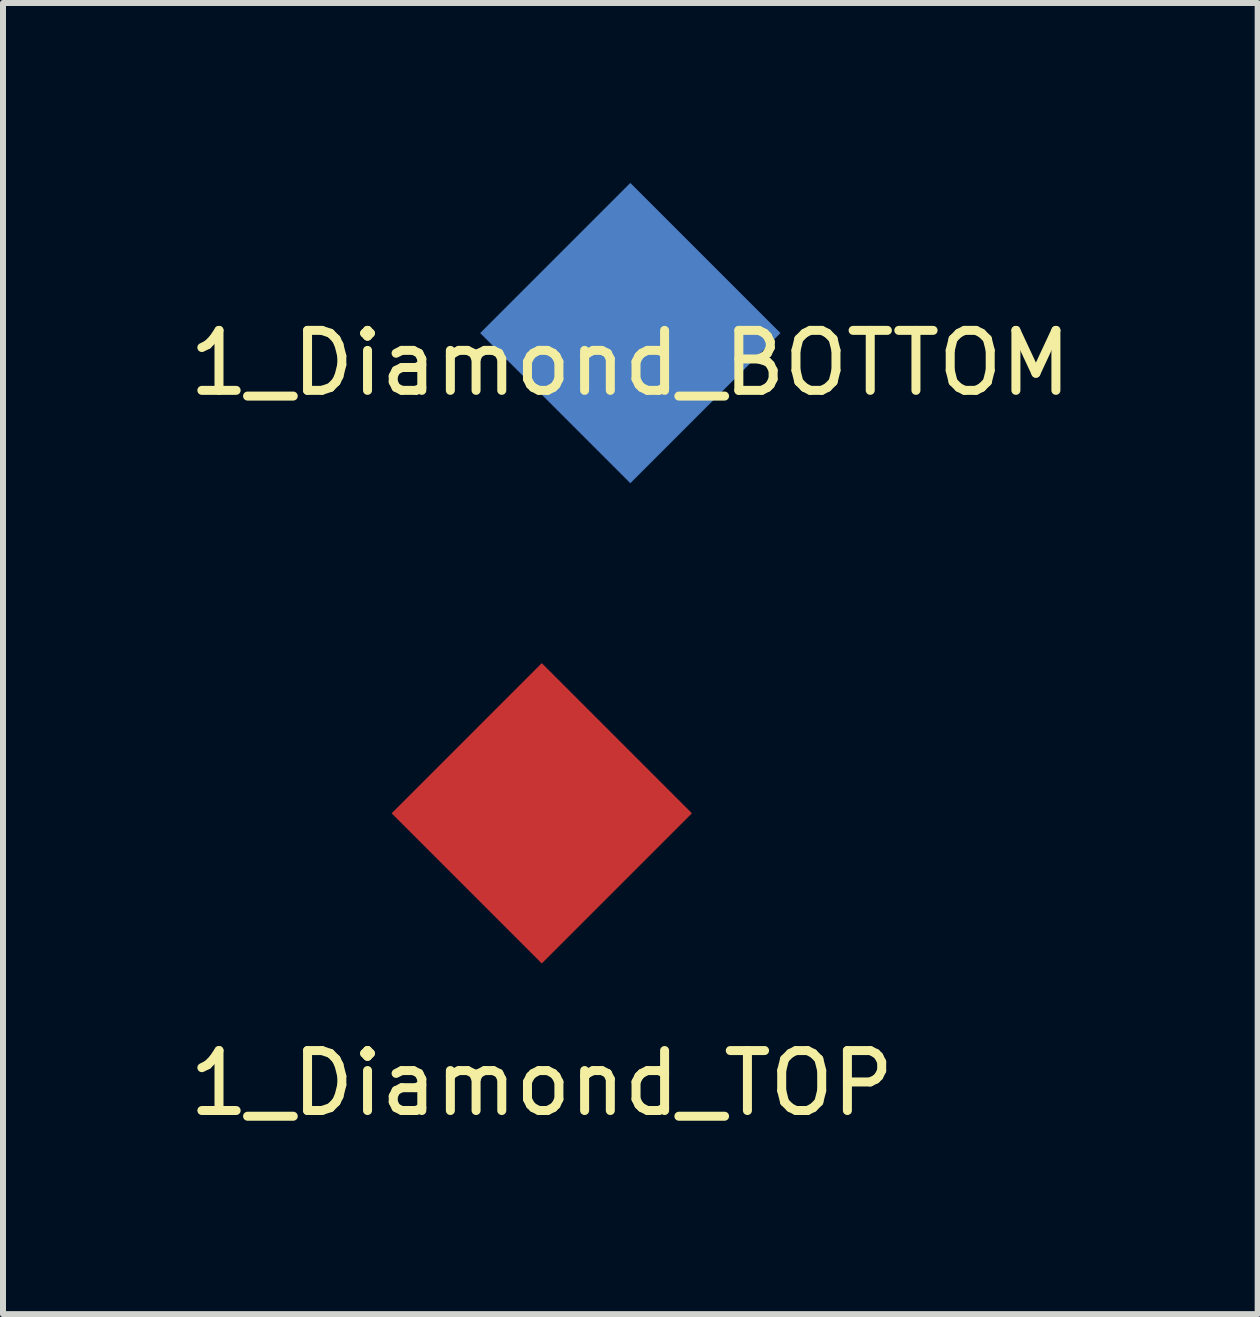
<source format=kicad_pcb>
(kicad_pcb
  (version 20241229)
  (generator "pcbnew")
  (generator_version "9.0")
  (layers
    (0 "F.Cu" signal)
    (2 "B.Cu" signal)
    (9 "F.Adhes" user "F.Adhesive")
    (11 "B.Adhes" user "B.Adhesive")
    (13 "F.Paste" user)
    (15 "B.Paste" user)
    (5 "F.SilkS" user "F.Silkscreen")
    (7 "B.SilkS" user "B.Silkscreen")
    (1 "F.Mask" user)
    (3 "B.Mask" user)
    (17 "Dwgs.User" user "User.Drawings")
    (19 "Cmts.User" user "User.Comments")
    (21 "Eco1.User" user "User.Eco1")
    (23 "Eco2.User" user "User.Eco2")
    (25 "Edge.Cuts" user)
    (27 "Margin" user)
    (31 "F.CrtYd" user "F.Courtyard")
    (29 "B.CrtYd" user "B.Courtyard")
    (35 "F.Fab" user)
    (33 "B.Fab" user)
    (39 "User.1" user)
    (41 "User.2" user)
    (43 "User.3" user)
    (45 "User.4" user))
  (footprint "1_Diamond_TOP"
    (layer "F.Cu")
    (at 5.982 10.509)
    (property "Reference" "1_Diamond_TOP" (at 0 4.5 0) (layer "F.SilkS") (effects (font (size 1 1) (thickness 0.15))))
    (attr through_hole)
    (pad "1" smd rect (at 0 0 45) (size 3.54 3.54) (layers "F.Cu")))
  (footprint "1_Diamond_BOTTOM"
    (layer "F.Cu")
    (at 7.458 2.503)
    (property "Reference" "1_Diamond_BOTTOM" (at 0 0.5 0) (layer "F.SilkS") (effects (font (size 1 1) (thickness 0.15))))
    (attr through_hole)
    (pad "" smd rect (at 0 0 45) (size 3.54 3.54) (layers "B.Cu")))
  (gr_rect
    (start -3 -3)
    (end 17.917 18.858)
    (stroke (width 0.1) (type default))
    (fill no)
    (layer "Edge.Cuts")))
</source>
